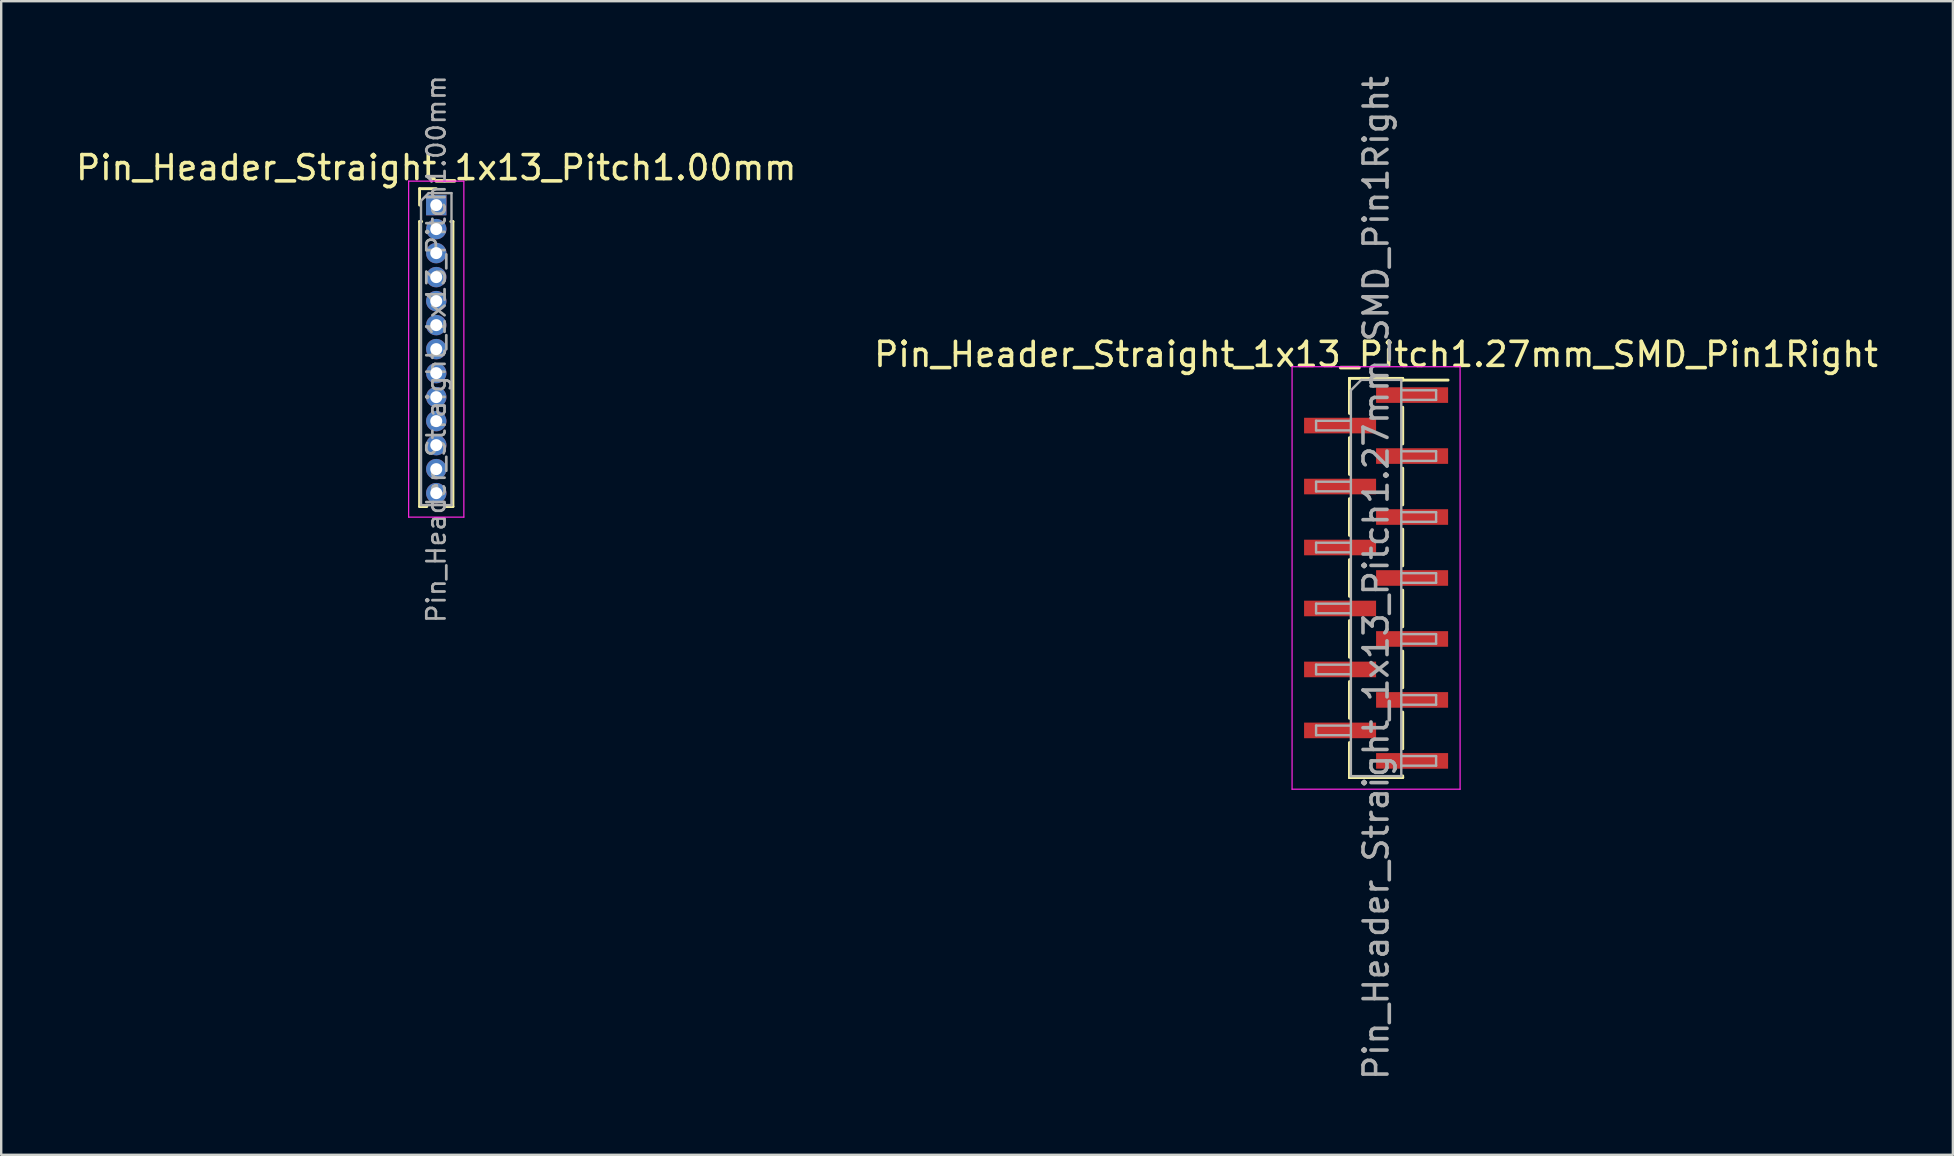
<source format=kicad_pcb>
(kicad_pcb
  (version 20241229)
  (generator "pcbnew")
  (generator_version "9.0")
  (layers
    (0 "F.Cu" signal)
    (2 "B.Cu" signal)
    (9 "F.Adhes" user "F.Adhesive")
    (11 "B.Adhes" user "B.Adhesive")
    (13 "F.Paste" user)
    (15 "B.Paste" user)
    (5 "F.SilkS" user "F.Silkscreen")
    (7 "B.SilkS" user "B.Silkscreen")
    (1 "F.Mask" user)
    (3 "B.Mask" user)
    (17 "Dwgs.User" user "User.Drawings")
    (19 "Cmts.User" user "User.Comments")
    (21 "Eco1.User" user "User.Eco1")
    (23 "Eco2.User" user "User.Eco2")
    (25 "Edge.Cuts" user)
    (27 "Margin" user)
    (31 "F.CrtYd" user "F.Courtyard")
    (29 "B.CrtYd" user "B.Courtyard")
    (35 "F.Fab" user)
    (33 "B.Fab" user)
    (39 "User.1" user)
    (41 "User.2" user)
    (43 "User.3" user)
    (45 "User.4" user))
  (footprint "Pin_Header_Straight_1x13_Pitch1.00mm"
    (layer "F.Cu")
    (at 15.125 5.495)
    (property "Reference" "Pin_Header_Straight_1x13_Pitch1.00mm" (at 0 -1.56 0) (layer "F.SilkS") (effects (font (size 1 1) (thickness 0.15))))
    (attr through_hole)
    (fp_line (start -0.695 -0.685) (end 0 -0.685) (stroke (width 0.12) (type solid)) (layer "F.SilkS"))
    (fp_line (start -0.695 0) (end -0.695 -0.685) (stroke (width 0.12) (type solid)) (layer "F.SilkS"))
    (fp_line (start -0.695 0.685) (end -0.695 12.56) (stroke (width 0.12) (type solid)) (layer "F.SilkS"))
    (fp_line (start -0.695 0.685) (end -0.608 0.685) (stroke (width 0.12) (type solid)) (layer "F.SilkS"))
    (fp_line (start -0.695 12.56) (end -0.394 12.56) (stroke (width 0.12) (type solid)) (layer "F.SilkS"))
    (fp_line (start 0.394 12.56) (end 0.695 12.56) (stroke (width 0.12) (type solid)) (layer "F.SilkS"))
    (fp_line (start 0.608 0.685) (end 0.695 0.685) (stroke (width 0.12) (type solid)) (layer "F.SilkS"))
    (fp_line (start 0.695 0.685) (end 0.695 12.56) (stroke (width 0.12) (type solid)) (layer "F.SilkS"))
    (fp_line (start -1.15 -1) (end -1.15 13) (stroke (width 0.05) (type solid)) (layer "F.CrtYd"))
    (fp_line (start -1.15 13) (end 1.15 13) (stroke (width 0.05) (type solid)) (layer "F.CrtYd"))
    (fp_line (start 1.15 -1) (end -1.15 -1) (stroke (width 0.05) (type solid)) (layer "F.CrtYd"))
    (fp_line (start 1.15 13) (end 1.15 -1) (stroke (width 0.05) (type solid)) (layer "F.CrtYd"))
    (fp_line (start -0.635 -0.182) (end -0.318 -0.5) (stroke (width 0.1) (type solid)) (layer "F.Fab"))
    (fp_line (start -0.635 12.5) (end -0.635 -0.182) (stroke (width 0.1) (type solid)) (layer "F.Fab"))
    (fp_line (start -0.318 -0.5) (end 0.635 -0.5) (stroke (width 0.1) (type solid)) (layer "F.Fab"))
    (fp_line (start 0.635 -0.5) (end 0.635 12.5) (stroke (width 0.1) (type solid)) (layer "F.Fab"))
    (fp_line (start 0.635 12.5) (end -0.635 12.5) (stroke (width 0.1) (type solid)) (layer "F.Fab"))
    (fp_text user "${REFERENCE}" (at 0 6 90) (layer "F.Fab") (effects (font (size 0.76 0.76) (thickness 0.114))))
    (pad "1" thru_hole rect (at 0 0) (size 0.85 0.85) (drill 0.5) (layers "*.Cu" "*.Mask"))
    (pad "2" thru_hole oval (at 0 1) (size 0.85 0.85) (drill 0.5) (layers "*.Cu" "*.Mask"))
    (pad "3" thru_hole oval (at 0 2) (size 0.85 0.85) (drill 0.5) (layers "*.Cu" "*.Mask"))
    (pad "4" thru_hole oval (at 0 3) (size 0.85 0.85) (drill 0.5) (layers "*.Cu" "*.Mask"))
    (pad "5" thru_hole oval (at 0 4) (size 0.85 0.85) (drill 0.5) (layers "*.Cu" "*.Mask"))
    (pad "6" thru_hole oval (at 0 5) (size 0.85 0.85) (drill 0.5) (layers "*.Cu" "*.Mask"))
    (pad "7" thru_hole oval (at 0 6) (size 0.85 0.85) (drill 0.5) (layers "*.Cu" "*.Mask"))
    (pad "8" thru_hole oval (at 0 7) (size 0.85 0.85) (drill 0.5) (layers "*.Cu" "*.Mask"))
    (pad "9" thru_hole oval (at 0 8) (size 0.85 0.85) (drill 0.5) (layers "*.Cu" "*.Mask"))
    (pad "10" thru_hole oval (at 0 9) (size 0.85 0.85) (drill 0.5) (layers "*.Cu" "*.Mask"))
    (pad "11" thru_hole oval (at 0 10) (size 0.85 0.85) (drill 0.5) (layers "*.Cu" "*.Mask"))
    (pad "12" thru_hole oval (at 0 11) (size 0.85 0.85) (drill 0.5) (layers "*.Cu" "*.Mask"))
    (pad "13" thru_hole oval (at 0 12) (size 0.85 0.85) (drill 0.5) (layers "*.Cu" "*.Mask")))
  (footprint "Pin_Header_Straight_1x13_Pitch1.27mm_SMD_Pin1Right"
    (layer "F.Cu")
    (at 54.28 21.03)
    (property "Reference" "Pin_Header_Straight_1x13_Pitch1.27mm_SMD_Pin1Right" (at 0 -9.315 0) (layer "F.SilkS") (effects (font (size 1 1) (thickness 0.15))))
    (attr smd)
    (fp_line (start -1.11 -8.315) (end -1.11 -6.855) (stroke (width 0.12) (type solid)) (layer "F.SilkS"))
    (fp_line (start -1.11 -8.315) (end 1.11 -8.315) (stroke (width 0.12) (type solid)) (layer "F.SilkS"))
    (fp_line (start -1.11 -8.245) (end -1.11 -8.315) (stroke (width 0.12) (type solid)) (layer "F.SilkS"))
    (fp_line (start -1.11 -5.845) (end -1.11 -4.315) (stroke (width 0.12) (type solid)) (layer "F.SilkS"))
    (fp_line (start -1.11 -3.305) (end -1.11 -1.775) (stroke (width 0.12) (type solid)) (layer "F.SilkS"))
    (fp_line (start -1.11 -0.765) (end -1.11 0.765) (stroke (width 0.12) (type solid)) (layer "F.SilkS"))
    (fp_line (start -1.11 1.775) (end -1.11 3.305) (stroke (width 0.12) (type solid)) (layer "F.SilkS"))
    (fp_line (start -1.11 4.315) (end -1.11 5.845) (stroke (width 0.12) (type solid)) (layer "F.SilkS"))
    (fp_line (start -1.11 6.855) (end -1.11 8.315) (stroke (width 0.12) (type solid)) (layer "F.SilkS"))
    (fp_line (start -1.11 8.245) (end -1.11 8.315) (stroke (width 0.12) (type solid)) (layer "F.SilkS"))
    (fp_line (start -1.11 8.315) (end 1.11 8.315) (stroke (width 0.12) (type solid)) (layer "F.SilkS"))
    (fp_line (start 1.11 -8.315) (end 1.11 -8.245) (stroke (width 0.12) (type solid)) (layer "F.SilkS"))
    (fp_line (start 1.11 -8.245) (end 3 -8.245) (stroke (width 0.12) (type solid)) (layer "F.SilkS"))
    (fp_line (start 1.11 -7.115) (end 1.11 -5.585) (stroke (width 0.12) (type solid)) (layer "F.SilkS"))
    (fp_line (start 1.11 -4.575) (end 1.11 -3.045) (stroke (width 0.12) (type solid)) (layer "F.SilkS"))
    (fp_line (start 1.11 -2.035) (end 1.11 -0.505) (stroke (width 0.12) (type solid)) (layer "F.SilkS"))
    (fp_line (start 1.11 0.505) (end 1.11 2.035) (stroke (width 0.12) (type solid)) (layer "F.SilkS"))
    (fp_line (start 1.11 3.045) (end 1.11 4.575) (stroke (width 0.12) (type solid)) (layer "F.SilkS"))
    (fp_line (start 1.11 5.585) (end 1.11 7.115) (stroke (width 0.12) (type solid)) (layer "F.SilkS"))
    (fp_line (start 1.11 8.315) (end 1.11 8.245) (stroke (width 0.12) (type solid)) (layer "F.SilkS"))
    (fp_line (start -3.5 -8.8) (end -3.5 8.8) (stroke (width 0.05) (type solid)) (layer "F.CrtYd"))
    (fp_line (start -3.5 8.8) (end 3.5 8.8) (stroke (width 0.05) (type solid)) (layer "F.CrtYd"))
    (fp_line (start 3.5 -8.8) (end -3.5 -8.8) (stroke (width 0.05) (type solid)) (layer "F.CrtYd"))
    (fp_line (start 3.5 8.8) (end 3.5 -8.8) (stroke (width 0.05) (type solid)) (layer "F.CrtYd"))
    (fp_line (start -2.5 -6.55) (end -2.5 -6.15) (stroke (width 0.1) (type solid)) (layer "F.Fab"))
    (fp_line (start -2.5 -6.15) (end -1.05 -6.15) (stroke (width 0.1) (type solid)) (layer "F.Fab"))
    (fp_line (start -2.5 -4.01) (end -2.5 -3.61) (stroke (width 0.1) (type solid)) (layer "F.Fab"))
    (fp_line (start -2.5 -3.61) (end -1.05 -3.61) (stroke (width 0.1) (type solid)) (layer "F.Fab"))
    (fp_line (start -2.5 -1.47) (end -2.5 -1.07) (stroke (width 0.1) (type solid)) (layer "F.Fab"))
    (fp_line (start -2.5 -1.07) (end -1.05 -1.07) (stroke (width 0.1) (type solid)) (layer "F.Fab"))
    (fp_line (start -2.5 1.07) (end -2.5 1.47) (stroke (width 0.1) (type solid)) (layer "F.Fab"))
    (fp_line (start -2.5 1.47) (end -1.05 1.47) (stroke (width 0.1) (type solid)) (layer "F.Fab"))
    (fp_line (start -2.5 3.61) (end -2.5 4.01) (stroke (width 0.1) (type solid)) (layer "F.Fab"))
    (fp_line (start -2.5 4.01) (end -1.05 4.01) (stroke (width 0.1) (type solid)) (layer "F.Fab"))
    (fp_line (start -2.5 6.15) (end -2.5 6.55) (stroke (width 0.1) (type solid)) (layer "F.Fab"))
    (fp_line (start -2.5 6.55) (end -1.05 6.55) (stroke (width 0.1) (type solid)) (layer "F.Fab"))
    (fp_line (start -1.05 -7.82) (end -0.615 -8.255) (stroke (width 0.1) (type solid)) (layer "F.Fab"))
    (fp_line (start -1.05 -6.55) (end -2.5 -6.55) (stroke (width 0.1) (type solid)) (layer "F.Fab"))
    (fp_line (start -1.05 -4.01) (end -2.5 -4.01) (stroke (width 0.1) (type solid)) (layer "F.Fab"))
    (fp_line (start -1.05 -1.47) (end -2.5 -1.47) (stroke (width 0.1) (type solid)) (layer "F.Fab"))
    (fp_line (start -1.05 1.07) (end -2.5 1.07) (stroke (width 0.1) (type solid)) (layer "F.Fab"))
    (fp_line (start -1.05 3.61) (end -2.5 3.61) (stroke (width 0.1) (type solid)) (layer "F.Fab"))
    (fp_line (start -1.05 6.15) (end -2.5 6.15) (stroke (width 0.1) (type solid)) (layer "F.Fab"))
    (fp_line (start -1.05 8.255) (end -1.05 -7.82) (stroke (width 0.1) (type solid)) (layer "F.Fab"))
    (fp_line (start -0.615 -8.255) (end 1.05 -8.255) (stroke (width 0.1) (type solid)) (layer "F.Fab"))
    (fp_line (start 1.05 -8.255) (end 1.05 8.255) (stroke (width 0.1) (type solid)) (layer "F.Fab"))
    (fp_line (start 1.05 -7.82) (end 2.5 -7.82) (stroke (width 0.1) (type solid)) (layer "F.Fab"))
    (fp_line (start 1.05 -5.28) (end 2.5 -5.28) (stroke (width 0.1) (type solid)) (layer "F.Fab"))
    (fp_line (start 1.05 -2.74) (end 2.5 -2.74) (stroke (width 0.1) (type solid)) (layer "F.Fab"))
    (fp_line (start 1.05 -0.2) (end 2.5 -0.2) (stroke (width 0.1) (type solid)) (layer "F.Fab"))
    (fp_line (start 1.05 2.34) (end 2.5 2.34) (stroke (width 0.1) (type solid)) (layer "F.Fab"))
    (fp_line (start 1.05 4.88) (end 2.5 4.88) (stroke (width 0.1) (type solid)) (layer "F.Fab"))
    (fp_line (start 1.05 7.42) (end 2.5 7.42) (stroke (width 0.1) (type solid)) (layer "F.Fab"))
    (fp_line (start 1.05 8.255) (end -1.05 8.255) (stroke (width 0.1) (type solid)) (layer "F.Fab"))
    (fp_line (start 2.5 -7.82) (end 2.5 -7.42) (stroke (width 0.1) (type solid)) (layer "F.Fab"))
    (fp_line (start 2.5 -7.42) (end 1.05 -7.42) (stroke (width 0.1) (type solid)) (layer "F.Fab"))
    (fp_line (start 2.5 -5.28) (end 2.5 -4.88) (stroke (width 0.1) (type solid)) (layer "F.Fab"))
    (fp_line (start 2.5 -4.88) (end 1.05 -4.88) (stroke (width 0.1) (type solid)) (layer "F.Fab"))
    (fp_line (start 2.5 -2.74) (end 2.5 -2.34) (stroke (width 0.1) (type solid)) (layer "F.Fab"))
    (fp_line (start 2.5 -2.34) (end 1.05 -2.34) (stroke (width 0.1) (type solid)) (layer "F.Fab"))
    (fp_line (start 2.5 -0.2) (end 2.5 0.2) (stroke (width 0.1) (type solid)) (layer "F.Fab"))
    (fp_line (start 2.5 0.2) (end 1.05 0.2) (stroke (width 0.1) (type solid)) (layer "F.Fab"))
    (fp_line (start 2.5 2.34) (end 2.5 2.74) (stroke (width 0.1) (type solid)) (layer "F.Fab"))
    (fp_line (start 2.5 2.74) (end 1.05 2.74) (stroke (width 0.1) (type solid)) (layer "F.Fab"))
    (fp_line (start 2.5 4.88) (end 2.5 5.28) (stroke (width 0.1) (type solid)) (layer "F.Fab"))
    (fp_line (start 2.5 5.28) (end 1.05 5.28) (stroke (width 0.1) (type solid)) (layer "F.Fab"))
    (fp_line (start 2.5 7.42) (end 2.5 7.82) (stroke (width 0.1) (type solid)) (layer "F.Fab"))
    (fp_line (start 2.5 7.82) (end 1.05 7.82) (stroke (width 0.1) (type solid)) (layer "F.Fab"))
    (fp_text user "${REFERENCE}" (at 0 0 90) (layer "F.Fab") (effects (font (size 1 1) (thickness 0.15))))
    (pad "1" smd rect (at 1.5 -7.62) (size 3 0.65) (layers "F.Cu" "F.Mask" "F.Paste"))
    (pad "2" smd rect (at -1.5 -6.35) (size 3 0.65) (layers "F.Cu" "F.Mask" "F.Paste"))
    (pad "3" smd rect (at 1.5 -5.08) (size 3 0.65) (layers "F.Cu" "F.Mask" "F.Paste"))
    (pad "4" smd rect (at -1.5 -3.81) (size 3 0.65) (layers "F.Cu" "F.Mask" "F.Paste"))
    (pad "5" smd rect (at 1.5 -2.54) (size 3 0.65) (layers "F.Cu" "F.Mask" "F.Paste"))
    (pad "6" smd rect (at -1.5 -1.27) (size 3 0.65) (layers "F.Cu" "F.Mask" "F.Paste"))
    (pad "7" smd rect (at 1.5 0) (size 3 0.65) (layers "F.Cu" "F.Mask" "F.Paste"))
    (pad "8" smd rect (at -1.5 1.27) (size 3 0.65) (layers "F.Cu" "F.Mask" "F.Paste"))
    (pad "9" smd rect (at 1.5 2.54) (size 3 0.65) (layers "F.Cu" "F.Mask" "F.Paste"))
    (pad "10" smd rect (at -1.5 3.81) (size 3 0.65) (layers "F.Cu" "F.Mask" "F.Paste"))
    (pad "11" smd rect (at 1.5 5.08) (size 3 0.65) (layers "F.Cu" "F.Mask" "F.Paste"))
    (pad "12" smd rect (at -1.5 6.35) (size 3 0.65) (layers "F.Cu" "F.Mask" "F.Paste"))
    (pad "13" smd rect (at 1.5 7.62) (size 3 0.65) (layers "F.Cu" "F.Mask" "F.Paste")))
  (gr_rect
    (start -3 -3)
    (end 78.31 45.06)
    (stroke (width 0.1) (type default))
    (fill no)
    (layer "Edge.Cuts")))
</source>
